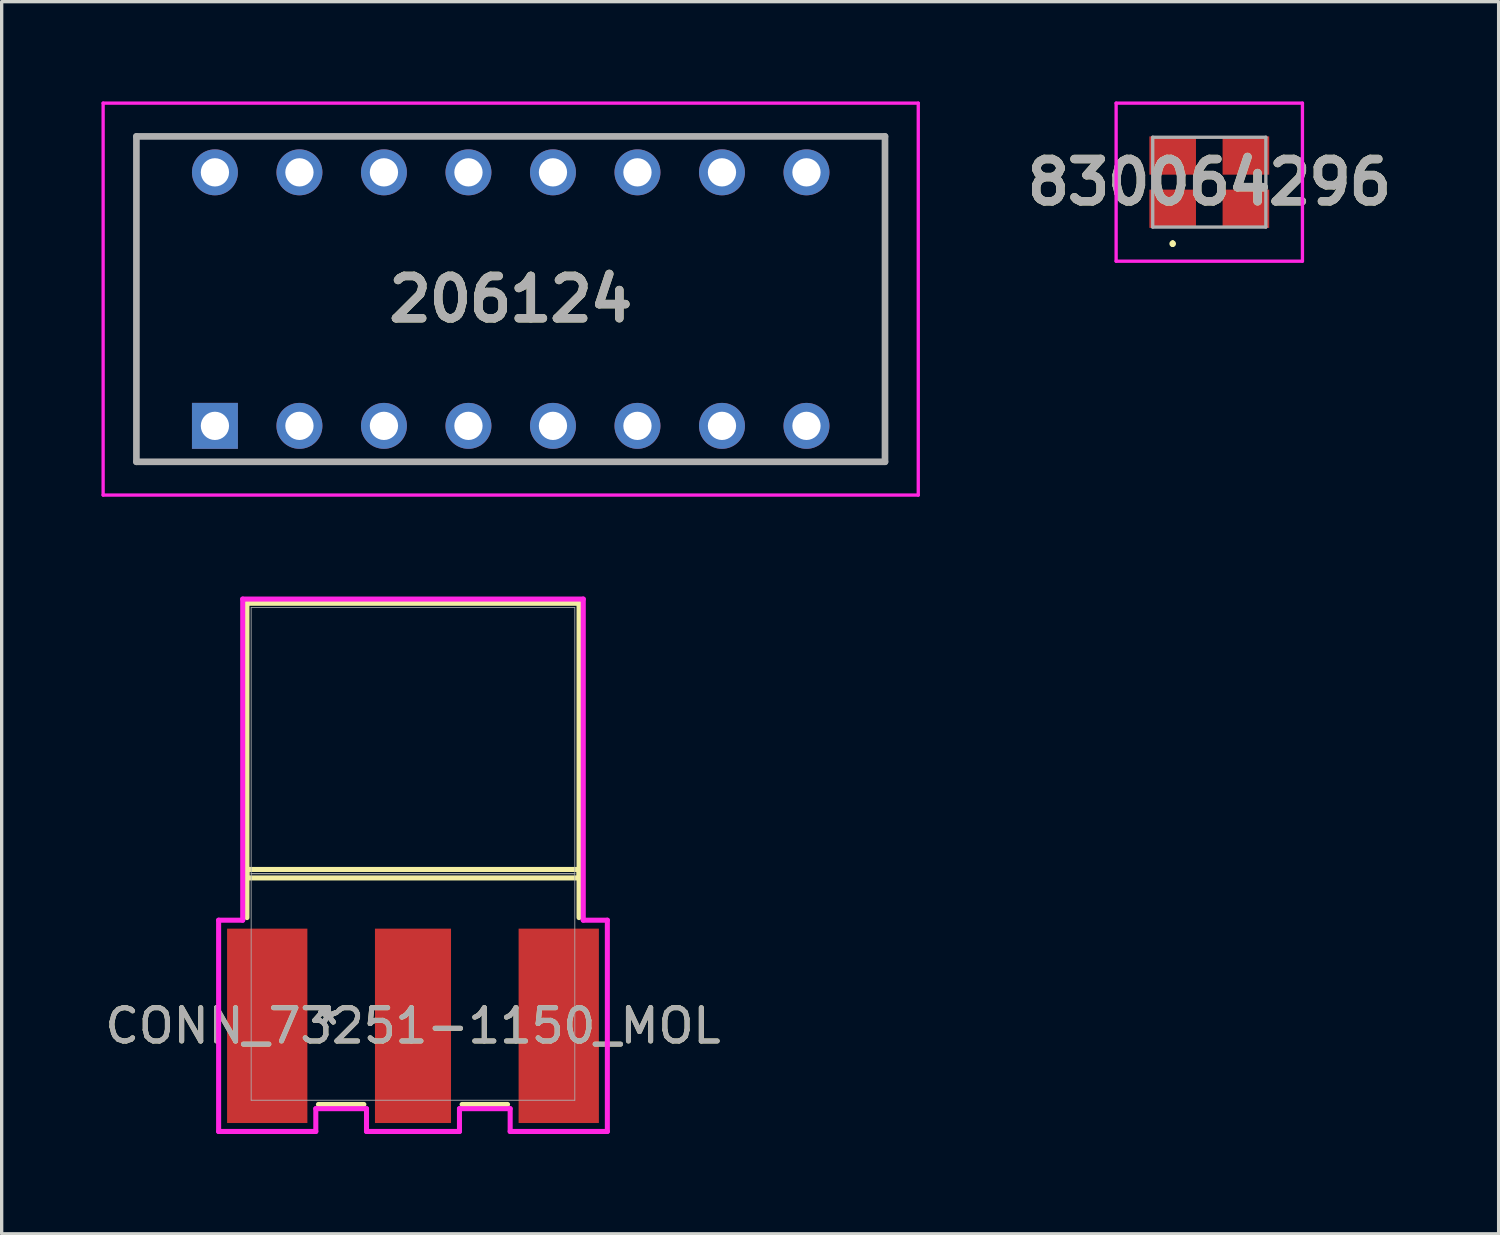
<source format=kicad_pcb>
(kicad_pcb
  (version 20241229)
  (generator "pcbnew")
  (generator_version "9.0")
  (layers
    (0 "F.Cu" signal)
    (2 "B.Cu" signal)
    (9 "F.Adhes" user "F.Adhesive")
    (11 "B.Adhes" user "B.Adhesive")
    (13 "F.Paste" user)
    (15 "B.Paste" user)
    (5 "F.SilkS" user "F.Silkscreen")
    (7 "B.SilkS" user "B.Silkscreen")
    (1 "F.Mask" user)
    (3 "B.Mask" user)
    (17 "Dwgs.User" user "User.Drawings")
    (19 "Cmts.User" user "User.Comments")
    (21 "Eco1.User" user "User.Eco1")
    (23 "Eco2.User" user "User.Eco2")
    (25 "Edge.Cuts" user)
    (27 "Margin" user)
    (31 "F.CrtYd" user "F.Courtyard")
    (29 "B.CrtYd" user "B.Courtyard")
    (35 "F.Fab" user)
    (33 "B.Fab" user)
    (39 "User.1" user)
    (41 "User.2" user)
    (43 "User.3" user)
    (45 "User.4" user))
  (footprint "206124"
    (layer "F.Cu")
    (at 3.41 9.75)
    (property "Reference" "206124" (at 8.89 -3.81 0) (layer "F.SilkS") (effects (font (size 1.27 1.27) (thickness 0.254))))
    (attr through_hole)
    (fp_line (start -2.36 -8.7) (end 20.14 -8.7) (stroke (width 0.1) (type solid)) (layer "F.SilkS"))
    (fp_line (start -2.36 1.08) (end -2.36 -8.7) (stroke (width 0.1) (type solid)) (layer "F.SilkS"))
    (fp_line (start 20.14 -8.7) (end 20.14 1.08) (stroke (width 0.1) (type solid)) (layer "F.SilkS"))
    (fp_line (start 20.14 1.08) (end -2.36 1.08) (stroke (width 0.1) (type solid)) (layer "F.SilkS"))
    (fp_line (start -3.36 -9.7) (end 21.14 -9.7) (stroke (width 0.1) (type solid)) (layer "F.CrtYd"))
    (fp_line (start -3.36 2.08) (end -3.36 -9.7) (stroke (width 0.1) (type solid)) (layer "F.CrtYd"))
    (fp_line (start 21.14 -9.7) (end 21.14 2.08) (stroke (width 0.1) (type solid)) (layer "F.CrtYd"))
    (fp_line (start 21.14 2.08) (end -3.36 2.08) (stroke (width 0.1) (type solid)) (layer "F.CrtYd"))
    (fp_line (start -2.36 -8.7) (end 20.14 -8.7) (stroke (width 0.2) (type solid)) (layer "F.Fab"))
    (fp_line (start -2.36 1.08) (end -2.36 -8.7) (stroke (width 0.2) (type solid)) (layer "F.Fab"))
    (fp_line (start 20.14 -8.7) (end 20.14 1.08) (stroke (width 0.2) (type solid)) (layer "F.Fab"))
    (fp_line (start 20.14 1.08) (end -2.36 1.08) (stroke (width 0.2) (type solid)) (layer "F.Fab"))
    (fp_text user "${REFERENCE}" (at 8.89 -3.81 0) (layer "F.Fab") (effects (font (size 1.27 1.27) (thickness 0.254))))
    (pad "1" thru_hole rect (at 0 0) (size 1.381 1.381) (drill 0.85) (layers "*.Cu" "*.Mask"))
    (pad "2" thru_hole circle (at 2.54 0) (size 1.381 1.381) (drill 0.85) (layers "*.Cu" "*.Mask"))
    (pad "3" thru_hole circle (at 5.08 0) (size 1.381 1.381) (drill 0.85) (layers "*.Cu" "*.Mask"))
    (pad "4" thru_hole circle (at 7.62 0) (size 1.381 1.381) (drill 0.85) (layers "*.Cu" "*.Mask"))
    (pad "5" thru_hole circle (at 10.16 0) (size 1.381 1.381) (drill 0.85) (layers "*.Cu" "*.Mask"))
    (pad "6" thru_hole circle (at 12.7 0) (size 1.381 1.381) (drill 0.85) (layers "*.Cu" "*.Mask"))
    (pad "7" thru_hole circle (at 15.24 0) (size 1.381 1.381) (drill 0.85) (layers "*.Cu" "*.Mask"))
    (pad "8" thru_hole circle (at 17.78 0) (size 1.381 1.381) (drill 0.85) (layers "*.Cu" "*.Mask"))
    (pad "9" thru_hole circle (at 17.78 -7.62) (size 1.381 1.381) (drill 0.85) (layers "*.Cu" "*.Mask"))
    (pad "10" thru_hole circle (at 15.24 -7.62) (size 1.381 1.381) (drill 0.85) (layers "*.Cu" "*.Mask"))
    (pad "11" thru_hole circle (at 12.7 -7.62) (size 1.381 1.381) (drill 0.85) (layers "*.Cu" "*.Mask"))
    (pad "12" thru_hole circle (at 10.16 -7.62) (size 1.381 1.381) (drill 0.85) (layers "*.Cu" "*.Mask"))
    (pad "13" thru_hole circle (at 7.62 -7.62) (size 1.381 1.381) (drill 0.85) (layers "*.Cu" "*.Mask"))
    (pad "14" thru_hole circle (at 5.08 -7.62) (size 1.381 1.381) (drill 0.85) (layers "*.Cu" "*.Mask"))
    (pad "15" thru_hole circle (at 2.54 -7.62) (size 1.381 1.381) (drill 0.85) (layers "*.Cu" "*.Mask"))
    (pad "16" thru_hole circle (at 0 -7.62) (size 1.381 1.381) (drill 0.85) (layers "*.Cu" "*.Mask")))
  (footprint "830064296"
    (layer "F.Cu")
    (at 33.297 2.425)
    (property "Reference" "830064296" (at 0 0 0) (layer "F.SilkS") (effects (font (size 1.27 1.27) (thickness 0.254))))
    (attr smd)
    (fp_line (start -1.1 1.8) (end -1.1 1.8) (stroke (width 0.1) (type solid)) (layer "F.SilkS"))
    (fp_line (start -1.1 1.9) (end -1.1 1.9) (stroke (width 0.1) (type solid)) (layer "F.SilkS"))
    (fp_arc (start -1.1 1.8) (mid -1.05 1.85) (end -1.1 1.9) (stroke (width 0.1) (type solid)) (layer "F.SilkS"))
    (fp_arc (start -1.1 1.9) (mid -1.15 1.85) (end -1.1 1.8) (stroke (width 0.1) (type solid)) (layer "F.SilkS"))
    (fp_line (start -2.8 -2.375) (end 2.8 -2.375) (stroke (width 0.1) (type solid)) (layer "F.CrtYd"))
    (fp_line (start -2.8 2.375) (end -2.8 -2.375) (stroke (width 0.1) (type solid)) (layer "F.CrtYd"))
    (fp_line (start 2.8 -2.375) (end 2.8 2.375) (stroke (width 0.1) (type solid)) (layer "F.CrtYd"))
    (fp_line (start 2.8 2.375) (end -2.8 2.375) (stroke (width 0.1) (type solid)) (layer "F.CrtYd"))
    (fp_line (start -1.7 -1.35) (end 1.7 -1.35) (stroke (width 0.1) (type solid)) (layer "F.Fab"))
    (fp_line (start -1.7 1.35) (end -1.7 -1.35) (stroke (width 0.1) (type solid)) (layer "F.Fab"))
    (fp_line (start 1.7 -1.35) (end 1.7 1.35) (stroke (width 0.1) (type solid)) (layer "F.Fab"))
    (fp_line (start 1.7 1.35) (end -1.7 1.35) (stroke (width 0.1) (type solid)) (layer "F.Fab"))
    (fp_text user "${REFERENCE}" (at 0 0 0) (layer "F.Fab") (effects (font (size 1.27 1.27) (thickness 0.254))))
    (pad "1" smd rect (at -1.1 0.8 90) (size 1.15 1.4) (layers "F.Cu" "F.Mask" "F.Paste"))
    (pad "2" smd rect (at 1.1 0.8 90) (size 1.15 1.4) (layers "F.Cu" "F.Mask" "F.Paste"))
    (pad "3" smd rect (at 1.1 -0.8 90) (size 1.15 1.4) (layers "F.Cu" "F.Mask" "F.Paste"))
    (pad "4" smd rect (at -1.1 -0.8 90) (size 1.15 1.4) (layers "F.Cu" "F.Mask" "F.Paste")))
  (footprint "CONN_73251-1150_MOL"
    (layer "F.Cu")
    (at 9.363 26.615)
    (property "Reference" "CONN_73251-1150_MOL" (at 0 1.168 0) (unlocked yes) (layer "F.SilkS") (effects (font (size 1 1) (thickness 0.15))))
    (attr smd)
    (fp_line (start -4.991 -11.532) (end -4.991 -3.277) (stroke (width 0.152) (type solid)) (layer "F.SilkS"))
    (fp_line (start -4.991 -3.531) (end -4.991 -2.085) (stroke (width 0.152) (type solid)) (layer "F.SilkS"))
    (fp_line (start -4.991 -3.277) (end 4.991 -3.277) (stroke (width 0.152) (type solid)) (layer "F.SilkS"))
    (fp_line (start -2.842 3.531) (end -1.476 3.531) (stroke (width 0.152) (type solid)) (layer "F.SilkS"))
    (fp_line (start 1.476 3.531) (end 2.842 3.531) (stroke (width 0.152) (type solid)) (layer "F.SilkS"))
    (fp_line (start 4.991 -11.532) (end -4.991 -11.532) (stroke (width 0.152) (type solid)) (layer "F.SilkS"))
    (fp_line (start 4.991 -3.531) (end -4.991 -3.531) (stroke (width 0.152) (type solid)) (layer "F.SilkS"))
    (fp_line (start 4.991 -3.277) (end 4.991 -11.532) (stroke (width 0.152) (type solid)) (layer "F.SilkS"))
    (fp_line (start 4.991 -2.085) (end 4.991 -3.531) (stroke (width 0.152) (type solid)) (layer "F.SilkS"))
    (fp_line (start -5.842 -2.007) (end -5.842 4.343) (stroke (width 0.152) (type solid)) (layer "F.CrtYd"))
    (fp_line (start -5.842 4.343) (end -2.921 4.343) (stroke (width 0.152) (type solid)) (layer "F.CrtYd"))
    (fp_line (start -5.118 -11.659) (end -5.118 -2.007) (stroke (width 0.152) (type solid)) (layer "F.CrtYd"))
    (fp_line (start -5.118 -2.007) (end -5.842 -2.007) (stroke (width 0.152) (type solid)) (layer "F.CrtYd"))
    (fp_line (start -2.921 3.658) (end -1.397 3.658) (stroke (width 0.152) (type solid)) (layer "F.CrtYd"))
    (fp_line (start -2.921 4.343) (end -2.921 3.658) (stroke (width 0.152) (type solid)) (layer "F.CrtYd"))
    (fp_line (start -1.397 3.658) (end -1.397 4.343) (stroke (width 0.152) (type solid)) (layer "F.CrtYd"))
    (fp_line (start -1.397 4.343) (end 1.397 4.343) (stroke (width 0.152) (type solid)) (layer "F.CrtYd"))
    (fp_line (start 1.397 3.658) (end 2.921 3.658) (stroke (width 0.152) (type solid)) (layer "F.CrtYd"))
    (fp_line (start 1.397 4.343) (end 1.397 3.658) (stroke (width 0.152) (type solid)) (layer "F.CrtYd"))
    (fp_line (start 2.921 3.658) (end 2.921 4.343) (stroke (width 0.152) (type solid)) (layer "F.CrtYd"))
    (fp_line (start 2.921 4.343) (end 5.842 4.343) (stroke (width 0.152) (type solid)) (layer "F.CrtYd"))
    (fp_line (start 5.118 -11.659) (end -5.118 -11.659) (stroke (width 0.152) (type solid)) (layer "F.CrtYd"))
    (fp_line (start 5.118 -2.007) (end 5.118 -11.659) (stroke (width 0.152) (type solid)) (layer "F.CrtYd"))
    (fp_line (start 5.842 -2.007) (end 5.118 -2.007) (stroke (width 0.152) (type solid)) (layer "F.CrtYd"))
    (fp_line (start 5.842 4.343) (end 5.842 -2.007) (stroke (width 0.152) (type solid)) (layer "F.CrtYd"))
    (fp_line (start -4.864 -11.405) (end -4.864 -3.404) (stroke (width 0.025) (type solid)) (layer "F.Fab"))
    (fp_line (start -4.864 -3.404) (end -4.864 3.404) (stroke (width 0.025) (type solid)) (layer "F.Fab"))
    (fp_line (start -4.864 -3.404) (end 4.864 -3.404) (stroke (width 0.025) (type solid)) (layer "F.Fab"))
    (fp_line (start -4.864 3.404) (end 4.864 3.404) (stroke (width 0.025) (type solid)) (layer "F.Fab"))
    (fp_line (start 4.864 -11.405) (end -4.864 -11.405) (stroke (width 0.025) (type solid)) (layer "F.Fab"))
    (fp_line (start 4.864 -3.404) (end -4.864 -3.404) (stroke (width 0.025) (type solid)) (layer "F.Fab"))
    (fp_line (start 4.864 -3.404) (end 4.864 -11.405) (stroke (width 0.025) (type solid)) (layer "F.Fab"))
    (fp_line (start 4.864 3.404) (end 4.864 -3.404) (stroke (width 0.025) (type solid)) (layer "F.Fab"))
    (fp_text user "*" (at -2.54 1.168 0) (layer "F.SilkS") (effects (font (size 1 1) (thickness 0.15))))
    (fp_text user "*" (at -2.54 1.168 0) (unlocked yes) (layer "F.SilkS") (effects (font (size 1 1) (thickness 0.15))))
    (fp_text user "*" (at -2.54 1.168 0) (layer "F.Fab") (effects (font (size 1 1) (thickness 0.15))))
    (fp_text user "${REFERENCE}" (at 0 1.168 0) (unlocked yes) (layer "F.Fab") (effects (font (size 1 1) (thickness 0.15))))
    (fp_text user "*" (at -2.54 1.168 0) (unlocked yes) (layer "F.Fab") (effects (font (size 1 1) (thickness 0.15))))
    (pad "1" smd rect (at 0 1.168) (size 2.286 5.842) (layers "F.Cu" "F.Mask" "F.Paste"))
    (pad "2" smd rect (at -4.381 1.168) (size 2.413 5.842) (layers "F.Cu" "F.Mask" "F.Paste"))
    (pad "3" smd rect (at 4.381 1.168) (size 2.413 5.842) (layers "F.Cu" "F.Mask" "F.Paste")))
  (gr_rect
    (start -3 -3)
    (end 41.994 34.034)
    (stroke (width 0.1) (type default))
    (fill no)
    (layer "Edge.Cuts")))
</source>
